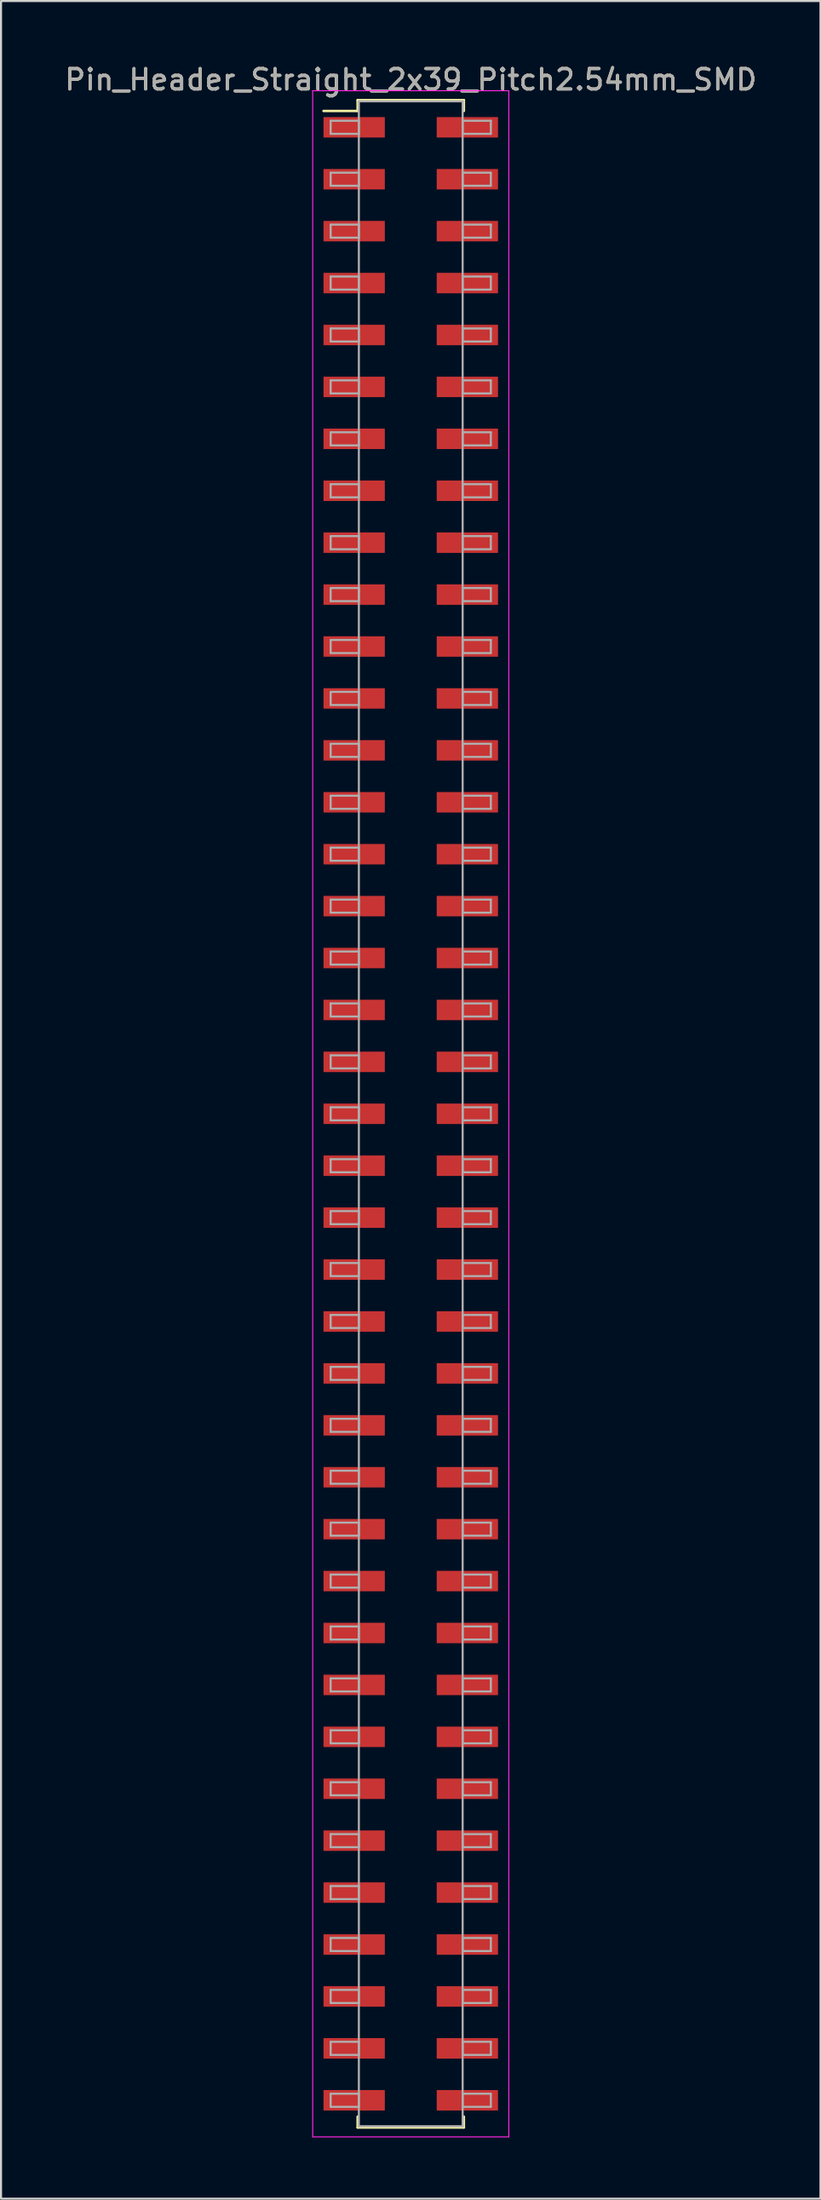
<source format=kicad_pcb>
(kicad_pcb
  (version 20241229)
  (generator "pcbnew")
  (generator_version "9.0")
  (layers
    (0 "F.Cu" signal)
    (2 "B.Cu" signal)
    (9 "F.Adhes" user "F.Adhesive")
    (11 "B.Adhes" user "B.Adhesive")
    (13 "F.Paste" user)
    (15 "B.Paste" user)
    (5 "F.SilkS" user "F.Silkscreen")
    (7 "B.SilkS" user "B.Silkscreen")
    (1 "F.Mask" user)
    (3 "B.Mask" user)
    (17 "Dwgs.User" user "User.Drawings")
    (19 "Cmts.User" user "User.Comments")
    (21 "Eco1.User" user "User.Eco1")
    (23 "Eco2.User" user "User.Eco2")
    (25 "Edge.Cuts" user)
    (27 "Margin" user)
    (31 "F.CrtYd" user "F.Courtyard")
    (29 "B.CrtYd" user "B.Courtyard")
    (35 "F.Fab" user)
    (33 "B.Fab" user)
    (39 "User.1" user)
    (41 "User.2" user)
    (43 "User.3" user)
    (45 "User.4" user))
  (footprint "Pin_Header_Straight_2x39_Pitch2.54mm_SMD"
    (layer "F.Cu")
    (at 17.054 51.438)
    (property "Reference" "Pin_Header_Straight_2x39_Pitch2.54mm_SMD" (at 0 -50.59 0) (layer "F.SilkS") (effects (font (size 1 1) (thickness 0.15))))
    (attr smd)
    (fp_line (start -4.27 -49.06) (end -2.6 -49.06) (stroke (width 0.12) (type solid)) (layer "F.SilkS"))
    (fp_line (start -2.6 -49.59) (end 2.6 -49.59) (stroke (width 0.12) (type solid)) (layer "F.SilkS"))
    (fp_line (start -2.6 -49.06) (end -2.6 -49.59) (stroke (width 0.12) (type solid)) (layer "F.SilkS"))
    (fp_line (start -2.6 49.06) (end -2.6 49.59) (stroke (width 0.12) (type solid)) (layer "F.SilkS"))
    (fp_line (start -2.6 49.59) (end 2.6 49.59) (stroke (width 0.12) (type solid)) (layer "F.SilkS"))
    (fp_line (start 2.6 -49.59) (end 2.6 -49.06) (stroke (width 0.12) (type solid)) (layer "F.SilkS"))
    (fp_line (start 2.6 49.59) (end 2.6 49.06) (stroke (width 0.12) (type solid)) (layer "F.SilkS"))
    (fp_line (start -4.8 -50.05) (end -4.8 50.05) (stroke (width 0.05) (type solid)) (layer "F.CrtYd"))
    (fp_line (start -4.8 50.05) (end 4.8 50.05) (stroke (width 0.05) (type solid)) (layer "F.CrtYd"))
    (fp_line (start 4.8 -50.05) (end -4.8 -50.05) (stroke (width 0.05) (type solid)) (layer "F.CrtYd"))
    (fp_line (start 4.8 50.05) (end 4.8 -50.05) (stroke (width 0.05) (type solid)) (layer "F.CrtYd"))
    (fp_line (start -3.92 -48.58) (end -2.54 -48.58) (stroke (width 0.1) (type solid)) (layer "F.Fab"))
    (fp_line (start -3.92 -47.94) (end -3.92 -48.58) (stroke (width 0.1) (type solid)) (layer "F.Fab"))
    (fp_line (start -3.92 -46.04) (end -2.54 -46.04) (stroke (width 0.1) (type solid)) (layer "F.Fab"))
    (fp_line (start -3.92 -45.4) (end -3.92 -46.04) (stroke (width 0.1) (type solid)) (layer "F.Fab"))
    (fp_line (start -3.92 -43.5) (end -2.54 -43.5) (stroke (width 0.1) (type solid)) (layer "F.Fab"))
    (fp_line (start -3.92 -42.86) (end -3.92 -43.5) (stroke (width 0.1) (type solid)) (layer "F.Fab"))
    (fp_line (start -3.92 -40.96) (end -2.54 -40.96) (stroke (width 0.1) (type solid)) (layer "F.Fab"))
    (fp_line (start -3.92 -40.32) (end -3.92 -40.96) (stroke (width 0.1) (type solid)) (layer "F.Fab"))
    (fp_line (start -3.92 -38.42) (end -2.54 -38.42) (stroke (width 0.1) (type solid)) (layer "F.Fab"))
    (fp_line (start -3.92 -37.78) (end -3.92 -38.42) (stroke (width 0.1) (type solid)) (layer "F.Fab"))
    (fp_line (start -3.92 -35.88) (end -2.54 -35.88) (stroke (width 0.1) (type solid)) (layer "F.Fab"))
    (fp_line (start -3.92 -35.24) (end -3.92 -35.88) (stroke (width 0.1) (type solid)) (layer "F.Fab"))
    (fp_line (start -3.92 -33.34) (end -2.54 -33.34) (stroke (width 0.1) (type solid)) (layer "F.Fab"))
    (fp_line (start -3.92 -32.7) (end -3.92 -33.34) (stroke (width 0.1) (type solid)) (layer "F.Fab"))
    (fp_line (start -3.92 -30.8) (end -2.54 -30.8) (stroke (width 0.1) (type solid)) (layer "F.Fab"))
    (fp_line (start -3.92 -30.16) (end -3.92 -30.8) (stroke (width 0.1) (type solid)) (layer "F.Fab"))
    (fp_line (start -3.92 -28.26) (end -2.54 -28.26) (stroke (width 0.1) (type solid)) (layer "F.Fab"))
    (fp_line (start -3.92 -27.62) (end -3.92 -28.26) (stroke (width 0.1) (type solid)) (layer "F.Fab"))
    (fp_line (start -3.92 -25.72) (end -2.54 -25.72) (stroke (width 0.1) (type solid)) (layer "F.Fab"))
    (fp_line (start -3.92 -25.08) (end -3.92 -25.72) (stroke (width 0.1) (type solid)) (layer "F.Fab"))
    (fp_line (start -3.92 -23.18) (end -2.54 -23.18) (stroke (width 0.1) (type solid)) (layer "F.Fab"))
    (fp_line (start -3.92 -22.54) (end -3.92 -23.18) (stroke (width 0.1) (type solid)) (layer "F.Fab"))
    (fp_line (start -3.92 -20.64) (end -2.54 -20.64) (stroke (width 0.1) (type solid)) (layer "F.Fab"))
    (fp_line (start -3.92 -20) (end -3.92 -20.64) (stroke (width 0.1) (type solid)) (layer "F.Fab"))
    (fp_line (start -3.92 -18.1) (end -2.54 -18.1) (stroke (width 0.1) (type solid)) (layer "F.Fab"))
    (fp_line (start -3.92 -17.46) (end -3.92 -18.1) (stroke (width 0.1) (type solid)) (layer "F.Fab"))
    (fp_line (start -3.92 -15.56) (end -2.54 -15.56) (stroke (width 0.1) (type solid)) (layer "F.Fab"))
    (fp_line (start -3.92 -14.92) (end -3.92 -15.56) (stroke (width 0.1) (type solid)) (layer "F.Fab"))
    (fp_line (start -3.92 -13.02) (end -2.54 -13.02) (stroke (width 0.1) (type solid)) (layer "F.Fab"))
    (fp_line (start -3.92 -12.38) (end -3.92 -13.02) (stroke (width 0.1) (type solid)) (layer "F.Fab"))
    (fp_line (start -3.92 -10.48) (end -2.54 -10.48) (stroke (width 0.1) (type solid)) (layer "F.Fab"))
    (fp_line (start -3.92 -9.84) (end -3.92 -10.48) (stroke (width 0.1) (type solid)) (layer "F.Fab"))
    (fp_line (start -3.92 -7.94) (end -2.54 -7.94) (stroke (width 0.1) (type solid)) (layer "F.Fab"))
    (fp_line (start -3.92 -7.3) (end -3.92 -7.94) (stroke (width 0.1) (type solid)) (layer "F.Fab"))
    (fp_line (start -3.92 -5.4) (end -2.54 -5.4) (stroke (width 0.1) (type solid)) (layer "F.Fab"))
    (fp_line (start -3.92 -4.76) (end -3.92 -5.4) (stroke (width 0.1) (type solid)) (layer "F.Fab"))
    (fp_line (start -3.92 -2.86) (end -2.54 -2.86) (stroke (width 0.1) (type solid)) (layer "F.Fab"))
    (fp_line (start -3.92 -2.22) (end -3.92 -2.86) (stroke (width 0.1) (type solid)) (layer "F.Fab"))
    (fp_line (start -3.92 -0.32) (end -2.54 -0.32) (stroke (width 0.1) (type solid)) (layer "F.Fab"))
    (fp_line (start -3.92 0.32) (end -3.92 -0.32) (stroke (width 0.1) (type solid)) (layer "F.Fab"))
    (fp_line (start -3.92 2.22) (end -2.54 2.22) (stroke (width 0.1) (type solid)) (layer "F.Fab"))
    (fp_line (start -3.92 2.86) (end -3.92 2.22) (stroke (width 0.1) (type solid)) (layer "F.Fab"))
    (fp_line (start -3.92 4.76) (end -2.54 4.76) (stroke (width 0.1) (type solid)) (layer "F.Fab"))
    (fp_line (start -3.92 5.4) (end -3.92 4.76) (stroke (width 0.1) (type solid)) (layer "F.Fab"))
    (fp_line (start -3.92 7.3) (end -2.54 7.3) (stroke (width 0.1) (type solid)) (layer "F.Fab"))
    (fp_line (start -3.92 7.94) (end -3.92 7.3) (stroke (width 0.1) (type solid)) (layer "F.Fab"))
    (fp_line (start -3.92 9.84) (end -2.54 9.84) (stroke (width 0.1) (type solid)) (layer "F.Fab"))
    (fp_line (start -3.92 10.48) (end -3.92 9.84) (stroke (width 0.1) (type solid)) (layer "F.Fab"))
    (fp_line (start -3.92 12.38) (end -2.54 12.38) (stroke (width 0.1) (type solid)) (layer "F.Fab"))
    (fp_line (start -3.92 13.02) (end -3.92 12.38) (stroke (width 0.1) (type solid)) (layer "F.Fab"))
    (fp_line (start -3.92 14.92) (end -2.54 14.92) (stroke (width 0.1) (type solid)) (layer "F.Fab"))
    (fp_line (start -3.92 15.56) (end -3.92 14.92) (stroke (width 0.1) (type solid)) (layer "F.Fab"))
    (fp_line (start -3.92 17.46) (end -2.54 17.46) (stroke (width 0.1) (type solid)) (layer "F.Fab"))
    (fp_line (start -3.92 18.1) (end -3.92 17.46) (stroke (width 0.1) (type solid)) (layer "F.Fab"))
    (fp_line (start -3.92 20) (end -2.54 20) (stroke (width 0.1) (type solid)) (layer "F.Fab"))
    (fp_line (start -3.92 20.64) (end -3.92 20) (stroke (width 0.1) (type solid)) (layer "F.Fab"))
    (fp_line (start -3.92 22.54) (end -2.54 22.54) (stroke (width 0.1) (type solid)) (layer "F.Fab"))
    (fp_line (start -3.92 23.18) (end -3.92 22.54) (stroke (width 0.1) (type solid)) (layer "F.Fab"))
    (fp_line (start -3.92 25.08) (end -2.54 25.08) (stroke (width 0.1) (type solid)) (layer "F.Fab"))
    (fp_line (start -3.92 25.72) (end -3.92 25.08) (stroke (width 0.1) (type solid)) (layer "F.Fab"))
    (fp_line (start -3.92 27.62) (end -2.54 27.62) (stroke (width 0.1) (type solid)) (layer "F.Fab"))
    (fp_line (start -3.92 28.26) (end -3.92 27.62) (stroke (width 0.1) (type solid)) (layer "F.Fab"))
    (fp_line (start -3.92 30.16) (end -2.54 30.16) (stroke (width 0.1) (type solid)) (layer "F.Fab"))
    (fp_line (start -3.92 30.8) (end -3.92 30.16) (stroke (width 0.1) (type solid)) (layer "F.Fab"))
    (fp_line (start -3.92 32.7) (end -2.54 32.7) (stroke (width 0.1) (type solid)) (layer "F.Fab"))
    (fp_line (start -3.92 33.34) (end -3.92 32.7) (stroke (width 0.1) (type solid)) (layer "F.Fab"))
    (fp_line (start -3.92 35.24) (end -2.54 35.24) (stroke (width 0.1) (type solid)) (layer "F.Fab"))
    (fp_line (start -3.92 35.88) (end -3.92 35.24) (stroke (width 0.1) (type solid)) (layer "F.Fab"))
    (fp_line (start -3.92 37.78) (end -2.54 37.78) (stroke (width 0.1) (type solid)) (layer "F.Fab"))
    (fp_line (start -3.92 38.42) (end -3.92 37.78) (stroke (width 0.1) (type solid)) (layer "F.Fab"))
    (fp_line (start -3.92 40.32) (end -2.54 40.32) (stroke (width 0.1) (type solid)) (layer "F.Fab"))
    (fp_line (start -3.92 40.96) (end -3.92 40.32) (stroke (width 0.1) (type solid)) (layer "F.Fab"))
    (fp_line (start -3.92 42.86) (end -2.54 42.86) (stroke (width 0.1) (type solid)) (layer "F.Fab"))
    (fp_line (start -3.92 43.5) (end -3.92 42.86) (stroke (width 0.1) (type solid)) (layer "F.Fab"))
    (fp_line (start -3.92 45.4) (end -2.54 45.4) (stroke (width 0.1) (type solid)) (layer "F.Fab"))
    (fp_line (start -3.92 46.04) (end -3.92 45.4) (stroke (width 0.1) (type solid)) (layer "F.Fab"))
    (fp_line (start -3.92 47.94) (end -2.54 47.94) (stroke (width 0.1) (type solid)) (layer "F.Fab"))
    (fp_line (start -3.92 48.58) (end -3.92 47.94) (stroke (width 0.1) (type solid)) (layer "F.Fab"))
    (fp_line (start -2.54 -49.53) (end -2.54 49.53) (stroke (width 0.1) (type solid)) (layer "F.Fab"))
    (fp_line (start -2.54 -48.58) (end -2.54 -47.94) (stroke (width 0.1) (type solid)) (layer "F.Fab"))
    (fp_line (start -2.54 -47.94) (end -3.92 -47.94) (stroke (width 0.1) (type solid)) (layer "F.Fab"))
    (fp_line (start -2.54 -46.04) (end -2.54 -45.4) (stroke (width 0.1) (type solid)) (layer "F.Fab"))
    (fp_line (start -2.54 -45.4) (end -3.92 -45.4) (stroke (width 0.1) (type solid)) (layer "F.Fab"))
    (fp_line (start -2.54 -43.5) (end -2.54 -42.86) (stroke (width 0.1) (type solid)) (layer "F.Fab"))
    (fp_line (start -2.54 -42.86) (end -3.92 -42.86) (stroke (width 0.1) (type solid)) (layer "F.Fab"))
    (fp_line (start -2.54 -40.96) (end -2.54 -40.32) (stroke (width 0.1) (type solid)) (layer "F.Fab"))
    (fp_line (start -2.54 -40.32) (end -3.92 -40.32) (stroke (width 0.1) (type solid)) (layer "F.Fab"))
    (fp_line (start -2.54 -38.42) (end -2.54 -37.78) (stroke (width 0.1) (type solid)) (layer "F.Fab"))
    (fp_line (start -2.54 -37.78) (end -3.92 -37.78) (stroke (width 0.1) (type solid)) (layer "F.Fab"))
    (fp_line (start -2.54 -35.88) (end -2.54 -35.24) (stroke (width 0.1) (type solid)) (layer "F.Fab"))
    (fp_line (start -2.54 -35.24) (end -3.92 -35.24) (stroke (width 0.1) (type solid)) (layer "F.Fab"))
    (fp_line (start -2.54 -33.34) (end -2.54 -32.7) (stroke (width 0.1) (type solid)) (layer "F.Fab"))
    (fp_line (start -2.54 -32.7) (end -3.92 -32.7) (stroke (width 0.1) (type solid)) (layer "F.Fab"))
    (fp_line (start -2.54 -30.8) (end -2.54 -30.16) (stroke (width 0.1) (type solid)) (layer "F.Fab"))
    (fp_line (start -2.54 -30.16) (end -3.92 -30.16) (stroke (width 0.1) (type solid)) (layer "F.Fab"))
    (fp_line (start -2.54 -28.26) (end -2.54 -27.62) (stroke (width 0.1) (type solid)) (layer "F.Fab"))
    (fp_line (start -2.54 -27.62) (end -3.92 -27.62) (stroke (width 0.1) (type solid)) (layer "F.Fab"))
    (fp_line (start -2.54 -25.72) (end -2.54 -25.08) (stroke (width 0.1) (type solid)) (layer "F.Fab"))
    (fp_line (start -2.54 -25.08) (end -3.92 -25.08) (stroke (width 0.1) (type solid)) (layer "F.Fab"))
    (fp_line (start -2.54 -23.18) (end -2.54 -22.54) (stroke (width 0.1) (type solid)) (layer "F.Fab"))
    (fp_line (start -2.54 -22.54) (end -3.92 -22.54) (stroke (width 0.1) (type solid)) (layer "F.Fab"))
    (fp_line (start -2.54 -20.64) (end -2.54 -20) (stroke (width 0.1) (type solid)) (layer "F.Fab"))
    (fp_line (start -2.54 -20) (end -3.92 -20) (stroke (width 0.1) (type solid)) (layer "F.Fab"))
    (fp_line (start -2.54 -18.1) (end -2.54 -17.46) (stroke (width 0.1) (type solid)) (layer "F.Fab"))
    (fp_line (start -2.54 -17.46) (end -3.92 -17.46) (stroke (width 0.1) (type solid)) (layer "F.Fab"))
    (fp_line (start -2.54 -15.56) (end -2.54 -14.92) (stroke (width 0.1) (type solid)) (layer "F.Fab"))
    (fp_line (start -2.54 -14.92) (end -3.92 -14.92) (stroke (width 0.1) (type solid)) (layer "F.Fab"))
    (fp_line (start -2.54 -13.02) (end -2.54 -12.38) (stroke (width 0.1) (type solid)) (layer "F.Fab"))
    (fp_line (start -2.54 -12.38) (end -3.92 -12.38) (stroke (width 0.1) (type solid)) (layer "F.Fab"))
    (fp_line (start -2.54 -10.48) (end -2.54 -9.84) (stroke (width 0.1) (type solid)) (layer "F.Fab"))
    (fp_line (start -2.54 -9.84) (end -3.92 -9.84) (stroke (width 0.1) (type solid)) (layer "F.Fab"))
    (fp_line (start -2.54 -7.94) (end -2.54 -7.3) (stroke (width 0.1) (type solid)) (layer "F.Fab"))
    (fp_line (start -2.54 -7.3) (end -3.92 -7.3) (stroke (width 0.1) (type solid)) (layer "F.Fab"))
    (fp_line (start -2.54 -5.4) (end -2.54 -4.76) (stroke (width 0.1) (type solid)) (layer "F.Fab"))
    (fp_line (start -2.54 -4.76) (end -3.92 -4.76) (stroke (width 0.1) (type solid)) (layer "F.Fab"))
    (fp_line (start -2.54 -2.86) (end -2.54 -2.22) (stroke (width 0.1) (type solid)) (layer "F.Fab"))
    (fp_line (start -2.54 -2.22) (end -3.92 -2.22) (stroke (width 0.1) (type solid)) (layer "F.Fab"))
    (fp_line (start -2.54 -0.32) (end -2.54 0.32) (stroke (width 0.1) (type solid)) (layer "F.Fab"))
    (fp_line (start -2.54 0.32) (end -3.92 0.32) (stroke (width 0.1) (type solid)) (layer "F.Fab"))
    (fp_line (start -2.54 2.22) (end -2.54 2.86) (stroke (width 0.1) (type solid)) (layer "F.Fab"))
    (fp_line (start -2.54 2.86) (end -3.92 2.86) (stroke (width 0.1) (type solid)) (layer "F.Fab"))
    (fp_line (start -2.54 4.76) (end -2.54 5.4) (stroke (width 0.1) (type solid)) (layer "F.Fab"))
    (fp_line (start -2.54 5.4) (end -3.92 5.4) (stroke (width 0.1) (type solid)) (layer "F.Fab"))
    (fp_line (start -2.54 7.3) (end -2.54 7.94) (stroke (width 0.1) (type solid)) (layer "F.Fab"))
    (fp_line (start -2.54 7.94) (end -3.92 7.94) (stroke (width 0.1) (type solid)) (layer "F.Fab"))
    (fp_line (start -2.54 9.84) (end -2.54 10.48) (stroke (width 0.1) (type solid)) (layer "F.Fab"))
    (fp_line (start -2.54 10.48) (end -3.92 10.48) (stroke (width 0.1) (type solid)) (layer "F.Fab"))
    (fp_line (start -2.54 12.38) (end -2.54 13.02) (stroke (width 0.1) (type solid)) (layer "F.Fab"))
    (fp_line (start -2.54 13.02) (end -3.92 13.02) (stroke (width 0.1) (type solid)) (layer "F.Fab"))
    (fp_line (start -2.54 14.92) (end -2.54 15.56) (stroke (width 0.1) (type solid)) (layer "F.Fab"))
    (fp_line (start -2.54 15.56) (end -3.92 15.56) (stroke (width 0.1) (type solid)) (layer "F.Fab"))
    (fp_line (start -2.54 17.46) (end -2.54 18.1) (stroke (width 0.1) (type solid)) (layer "F.Fab"))
    (fp_line (start -2.54 18.1) (end -3.92 18.1) (stroke (width 0.1) (type solid)) (layer "F.Fab"))
    (fp_line (start -2.54 20) (end -2.54 20.64) (stroke (width 0.1) (type solid)) (layer "F.Fab"))
    (fp_line (start -2.54 20.64) (end -3.92 20.64) (stroke (width 0.1) (type solid)) (layer "F.Fab"))
    (fp_line (start -2.54 22.54) (end -2.54 23.18) (stroke (width 0.1) (type solid)) (layer "F.Fab"))
    (fp_line (start -2.54 23.18) (end -3.92 23.18) (stroke (width 0.1) (type solid)) (layer "F.Fab"))
    (fp_line (start -2.54 25.08) (end -2.54 25.72) (stroke (width 0.1) (type solid)) (layer "F.Fab"))
    (fp_line (start -2.54 25.72) (end -3.92 25.72) (stroke (width 0.1) (type solid)) (layer "F.Fab"))
    (fp_line (start -2.54 27.62) (end -2.54 28.26) (stroke (width 0.1) (type solid)) (layer "F.Fab"))
    (fp_line (start -2.54 28.26) (end -3.92 28.26) (stroke (width 0.1) (type solid)) (layer "F.Fab"))
    (fp_line (start -2.54 30.16) (end -2.54 30.8) (stroke (width 0.1) (type solid)) (layer "F.Fab"))
    (fp_line (start -2.54 30.8) (end -3.92 30.8) (stroke (width 0.1) (type solid)) (layer "F.Fab"))
    (fp_line (start -2.54 32.7) (end -2.54 33.34) (stroke (width 0.1) (type solid)) (layer "F.Fab"))
    (fp_line (start -2.54 33.34) (end -3.92 33.34) (stroke (width 0.1) (type solid)) (layer "F.Fab"))
    (fp_line (start -2.54 35.24) (end -2.54 35.88) (stroke (width 0.1) (type solid)) (layer "F.Fab"))
    (fp_line (start -2.54 35.88) (end -3.92 35.88) (stroke (width 0.1) (type solid)) (layer "F.Fab"))
    (fp_line (start -2.54 37.78) (end -2.54 38.42) (stroke (width 0.1) (type solid)) (layer "F.Fab"))
    (fp_line (start -2.54 38.42) (end -3.92 38.42) (stroke (width 0.1) (type solid)) (layer "F.Fab"))
    (fp_line (start -2.54 40.32) (end -2.54 40.96) (stroke (width 0.1) (type solid)) (layer "F.Fab"))
    (fp_line (start -2.54 40.96) (end -3.92 40.96) (stroke (width 0.1) (type solid)) (layer "F.Fab"))
    (fp_line (start -2.54 42.86) (end -2.54 43.5) (stroke (width 0.1) (type solid)) (layer "F.Fab"))
    (fp_line (start -2.54 43.5) (end -3.92 43.5) (stroke (width 0.1) (type solid)) (layer "F.Fab"))
    (fp_line (start -2.54 45.4) (end -2.54 46.04) (stroke (width 0.1) (type solid)) (layer "F.Fab"))
    (fp_line (start -2.54 46.04) (end -3.92 46.04) (stroke (width 0.1) (type solid)) (layer "F.Fab"))
    (fp_line (start -2.54 47.94) (end -2.54 48.58) (stroke (width 0.1) (type solid)) (layer "F.Fab"))
    (fp_line (start -2.54 48.58) (end -3.92 48.58) (stroke (width 0.1) (type solid)) (layer "F.Fab"))
    (fp_line (start -2.54 49.53) (end 2.54 49.53) (stroke (width 0.1) (type solid)) (layer "F.Fab"))
    (fp_line (start 2.54 -49.53) (end -2.54 -49.53) (stroke (width 0.1) (type solid)) (layer "F.Fab"))
    (fp_line (start 2.54 -48.58) (end 2.54 -47.94) (stroke (width 0.1) (type solid)) (layer "F.Fab"))
    (fp_line (start 2.54 -47.94) (end 3.92 -47.94) (stroke (width 0.1) (type solid)) (layer "F.Fab"))
    (fp_line (start 2.54 -46.04) (end 2.54 -45.4) (stroke (width 0.1) (type solid)) (layer "F.Fab"))
    (fp_line (start 2.54 -45.4) (end 3.92 -45.4) (stroke (width 0.1) (type solid)) (layer "F.Fab"))
    (fp_line (start 2.54 -43.5) (end 2.54 -42.86) (stroke (width 0.1) (type solid)) (layer "F.Fab"))
    (fp_line (start 2.54 -42.86) (end 3.92 -42.86) (stroke (width 0.1) (type solid)) (layer "F.Fab"))
    (fp_line (start 2.54 -40.96) (end 2.54 -40.32) (stroke (width 0.1) (type solid)) (layer "F.Fab"))
    (fp_line (start 2.54 -40.32) (end 3.92 -40.32) (stroke (width 0.1) (type solid)) (layer "F.Fab"))
    (fp_line (start 2.54 -38.42) (end 2.54 -37.78) (stroke (width 0.1) (type solid)) (layer "F.Fab"))
    (fp_line (start 2.54 -37.78) (end 3.92 -37.78) (stroke (width 0.1) (type solid)) (layer "F.Fab"))
    (fp_line (start 2.54 -35.88) (end 2.54 -35.24) (stroke (width 0.1) (type solid)) (layer "F.Fab"))
    (fp_line (start 2.54 -35.24) (end 3.92 -35.24) (stroke (width 0.1) (type solid)) (layer "F.Fab"))
    (fp_line (start 2.54 -33.34) (end 2.54 -32.7) (stroke (width 0.1) (type solid)) (layer "F.Fab"))
    (fp_line (start 2.54 -32.7) (end 3.92 -32.7) (stroke (width 0.1) (type solid)) (layer "F.Fab"))
    (fp_line (start 2.54 -30.8) (end 2.54 -30.16) (stroke (width 0.1) (type solid)) (layer "F.Fab"))
    (fp_line (start 2.54 -30.16) (end 3.92 -30.16) (stroke (width 0.1) (type solid)) (layer "F.Fab"))
    (fp_line (start 2.54 -28.26) (end 2.54 -27.62) (stroke (width 0.1) (type solid)) (layer "F.Fab"))
    (fp_line (start 2.54 -27.62) (end 3.92 -27.62) (stroke (width 0.1) (type solid)) (layer "F.Fab"))
    (fp_line (start 2.54 -25.72) (end 2.54 -25.08) (stroke (width 0.1) (type solid)) (layer "F.Fab"))
    (fp_line (start 2.54 -25.08) (end 3.92 -25.08) (stroke (width 0.1) (type solid)) (layer "F.Fab"))
    (fp_line (start 2.54 -23.18) (end 2.54 -22.54) (stroke (width 0.1) (type solid)) (layer "F.Fab"))
    (fp_line (start 2.54 -22.54) (end 3.92 -22.54) (stroke (width 0.1) (type solid)) (layer "F.Fab"))
    (fp_line (start 2.54 -20.64) (end 2.54 -20) (stroke (width 0.1) (type solid)) (layer "F.Fab"))
    (fp_line (start 2.54 -20) (end 3.92 -20) (stroke (width 0.1) (type solid)) (layer "F.Fab"))
    (fp_line (start 2.54 -18.1) (end 2.54 -17.46) (stroke (width 0.1) (type solid)) (layer "F.Fab"))
    (fp_line (start 2.54 -17.46) (end 3.92 -17.46) (stroke (width 0.1) (type solid)) (layer "F.Fab"))
    (fp_line (start 2.54 -15.56) (end 2.54 -14.92) (stroke (width 0.1) (type solid)) (layer "F.Fab"))
    (fp_line (start 2.54 -14.92) (end 3.92 -14.92) (stroke (width 0.1) (type solid)) (layer "F.Fab"))
    (fp_line (start 2.54 -13.02) (end 2.54 -12.38) (stroke (width 0.1) (type solid)) (layer "F.Fab"))
    (fp_line (start 2.54 -12.38) (end 3.92 -12.38) (stroke (width 0.1) (type solid)) (layer "F.Fab"))
    (fp_line (start 2.54 -10.48) (end 2.54 -9.84) (stroke (width 0.1) (type solid)) (layer "F.Fab"))
    (fp_line (start 2.54 -9.84) (end 3.92 -9.84) (stroke (width 0.1) (type solid)) (layer "F.Fab"))
    (fp_line (start 2.54 -7.94) (end 2.54 -7.3) (stroke (width 0.1) (type solid)) (layer "F.Fab"))
    (fp_line (start 2.54 -7.3) (end 3.92 -7.3) (stroke (width 0.1) (type solid)) (layer "F.Fab"))
    (fp_line (start 2.54 -5.4) (end 2.54 -4.76) (stroke (width 0.1) (type solid)) (layer "F.Fab"))
    (fp_line (start 2.54 -4.76) (end 3.92 -4.76) (stroke (width 0.1) (type solid)) (layer "F.Fab"))
    (fp_line (start 2.54 -2.86) (end 2.54 -2.22) (stroke (width 0.1) (type solid)) (layer "F.Fab"))
    (fp_line (start 2.54 -2.22) (end 3.92 -2.22) (stroke (width 0.1) (type solid)) (layer "F.Fab"))
    (fp_line (start 2.54 -0.32) (end 2.54 0.32) (stroke (width 0.1) (type solid)) (layer "F.Fab"))
    (fp_line (start 2.54 0.32) (end 3.92 0.32) (stroke (width 0.1) (type solid)) (layer "F.Fab"))
    (fp_line (start 2.54 2.22) (end 2.54 2.86) (stroke (width 0.1) (type solid)) (layer "F.Fab"))
    (fp_line (start 2.54 2.86) (end 3.92 2.86) (stroke (width 0.1) (type solid)) (layer "F.Fab"))
    (fp_line (start 2.54 4.76) (end 2.54 5.4) (stroke (width 0.1) (type solid)) (layer "F.Fab"))
    (fp_line (start 2.54 5.4) (end 3.92 5.4) (stroke (width 0.1) (type solid)) (layer "F.Fab"))
    (fp_line (start 2.54 7.3) (end 2.54 7.94) (stroke (width 0.1) (type solid)) (layer "F.Fab"))
    (fp_line (start 2.54 7.94) (end 3.92 7.94) (stroke (width 0.1) (type solid)) (layer "F.Fab"))
    (fp_line (start 2.54 9.84) (end 2.54 10.48) (stroke (width 0.1) (type solid)) (layer "F.Fab"))
    (fp_line (start 2.54 10.48) (end 3.92 10.48) (stroke (width 0.1) (type solid)) (layer "F.Fab"))
    (fp_line (start 2.54 12.38) (end 2.54 13.02) (stroke (width 0.1) (type solid)) (layer "F.Fab"))
    (fp_line (start 2.54 13.02) (end 3.92 13.02) (stroke (width 0.1) (type solid)) (layer "F.Fab"))
    (fp_line (start 2.54 14.92) (end 2.54 15.56) (stroke (width 0.1) (type solid)) (layer "F.Fab"))
    (fp_line (start 2.54 15.56) (end 3.92 15.56) (stroke (width 0.1) (type solid)) (layer "F.Fab"))
    (fp_line (start 2.54 17.46) (end 2.54 18.1) (stroke (width 0.1) (type solid)) (layer "F.Fab"))
    (fp_line (start 2.54 18.1) (end 3.92 18.1) (stroke (width 0.1) (type solid)) (layer "F.Fab"))
    (fp_line (start 2.54 20) (end 2.54 20.64) (stroke (width 0.1) (type solid)) (layer "F.Fab"))
    (fp_line (start 2.54 20.64) (end 3.92 20.64) (stroke (width 0.1) (type solid)) (layer "F.Fab"))
    (fp_line (start 2.54 22.54) (end 2.54 23.18) (stroke (width 0.1) (type solid)) (layer "F.Fab"))
    (fp_line (start 2.54 23.18) (end 3.92 23.18) (stroke (width 0.1) (type solid)) (layer "F.Fab"))
    (fp_line (start 2.54 25.08) (end 2.54 25.72) (stroke (width 0.1) (type solid)) (layer "F.Fab"))
    (fp_line (start 2.54 25.72) (end 3.92 25.72) (stroke (width 0.1) (type solid)) (layer "F.Fab"))
    (fp_line (start 2.54 27.62) (end 2.54 28.26) (stroke (width 0.1) (type solid)) (layer "F.Fab"))
    (fp_line (start 2.54 28.26) (end 3.92 28.26) (stroke (width 0.1) (type solid)) (layer "F.Fab"))
    (fp_line (start 2.54 30.16) (end 2.54 30.8) (stroke (width 0.1) (type solid)) (layer "F.Fab"))
    (fp_line (start 2.54 30.8) (end 3.92 30.8) (stroke (width 0.1) (type solid)) (layer "F.Fab"))
    (fp_line (start 2.54 32.7) (end 2.54 33.34) (stroke (width 0.1) (type solid)) (layer "F.Fab"))
    (fp_line (start 2.54 33.34) (end 3.92 33.34) (stroke (width 0.1) (type solid)) (layer "F.Fab"))
    (fp_line (start 2.54 35.24) (end 2.54 35.88) (stroke (width 0.1) (type solid)) (layer "F.Fab"))
    (fp_line (start 2.54 35.88) (end 3.92 35.88) (stroke (width 0.1) (type solid)) (layer "F.Fab"))
    (fp_line (start 2.54 37.78) (end 2.54 38.42) (stroke (width 0.1) (type solid)) (layer "F.Fab"))
    (fp_line (start 2.54 38.42) (end 3.92 38.42) (stroke (width 0.1) (type solid)) (layer "F.Fab"))
    (fp_line (start 2.54 40.32) (end 2.54 40.96) (stroke (width 0.1) (type solid)) (layer "F.Fab"))
    (fp_line (start 2.54 40.96) (end 3.92 40.96) (stroke (width 0.1) (type solid)) (layer "F.Fab"))
    (fp_line (start 2.54 42.86) (end 2.54 43.5) (stroke (width 0.1) (type solid)) (layer "F.Fab"))
    (fp_line (start 2.54 43.5) (end 3.92 43.5) (stroke (width 0.1) (type solid)) (layer "F.Fab"))
    (fp_line (start 2.54 45.4) (end 2.54 46.04) (stroke (width 0.1) (type solid)) (layer "F.Fab"))
    (fp_line (start 2.54 46.04) (end 3.92 46.04) (stroke (width 0.1) (type solid)) (layer "F.Fab"))
    (fp_line (start 2.54 47.94) (end 2.54 48.58) (stroke (width 0.1) (type solid)) (layer "F.Fab"))
    (fp_line (start 2.54 48.58) (end 3.92 48.58) (stroke (width 0.1) (type solid)) (layer "F.Fab"))
    (fp_line (start 2.54 49.53) (end 2.54 -49.53) (stroke (width 0.1) (type solid)) (layer "F.Fab"))
    (fp_line (start 3.92 -48.58) (end 2.54 -48.58) (stroke (width 0.1) (type solid)) (layer "F.Fab"))
    (fp_line (start 3.92 -47.94) (end 3.92 -48.58) (stroke (width 0.1) (type solid)) (layer "F.Fab"))
    (fp_line (start 3.92 -46.04) (end 2.54 -46.04) (stroke (width 0.1) (type solid)) (layer "F.Fab"))
    (fp_line (start 3.92 -45.4) (end 3.92 -46.04) (stroke (width 0.1) (type solid)) (layer "F.Fab"))
    (fp_line (start 3.92 -43.5) (end 2.54 -43.5) (stroke (width 0.1) (type solid)) (layer "F.Fab"))
    (fp_line (start 3.92 -42.86) (end 3.92 -43.5) (stroke (width 0.1) (type solid)) (layer "F.Fab"))
    (fp_line (start 3.92 -40.96) (end 2.54 -40.96) (stroke (width 0.1) (type solid)) (layer "F.Fab"))
    (fp_line (start 3.92 -40.32) (end 3.92 -40.96) (stroke (width 0.1) (type solid)) (layer "F.Fab"))
    (fp_line (start 3.92 -38.42) (end 2.54 -38.42) (stroke (width 0.1) (type solid)) (layer "F.Fab"))
    (fp_line (start 3.92 -37.78) (end 3.92 -38.42) (stroke (width 0.1) (type solid)) (layer "F.Fab"))
    (fp_line (start 3.92 -35.88) (end 2.54 -35.88) (stroke (width 0.1) (type solid)) (layer "F.Fab"))
    (fp_line (start 3.92 -35.24) (end 3.92 -35.88) (stroke (width 0.1) (type solid)) (layer "F.Fab"))
    (fp_line (start 3.92 -33.34) (end 2.54 -33.34) (stroke (width 0.1) (type solid)) (layer "F.Fab"))
    (fp_line (start 3.92 -32.7) (end 3.92 -33.34) (stroke (width 0.1) (type solid)) (layer "F.Fab"))
    (fp_line (start 3.92 -30.8) (end 2.54 -30.8) (stroke (width 0.1) (type solid)) (layer "F.Fab"))
    (fp_line (start 3.92 -30.16) (end 3.92 -30.8) (stroke (width 0.1) (type solid)) (layer "F.Fab"))
    (fp_line (start 3.92 -28.26) (end 2.54 -28.26) (stroke (width 0.1) (type solid)) (layer "F.Fab"))
    (fp_line (start 3.92 -27.62) (end 3.92 -28.26) (stroke (width 0.1) (type solid)) (layer "F.Fab"))
    (fp_line (start 3.92 -25.72) (end 2.54 -25.72) (stroke (width 0.1) (type solid)) (layer "F.Fab"))
    (fp_line (start 3.92 -25.08) (end 3.92 -25.72) (stroke (width 0.1) (type solid)) (layer "F.Fab"))
    (fp_line (start 3.92 -23.18) (end 2.54 -23.18) (stroke (width 0.1) (type solid)) (layer "F.Fab"))
    (fp_line (start 3.92 -22.54) (end 3.92 -23.18) (stroke (width 0.1) (type solid)) (layer "F.Fab"))
    (fp_line (start 3.92 -20.64) (end 2.54 -20.64) (stroke (width 0.1) (type solid)) (layer "F.Fab"))
    (fp_line (start 3.92 -20) (end 3.92 -20.64) (stroke (width 0.1) (type solid)) (layer "F.Fab"))
    (fp_line (start 3.92 -18.1) (end 2.54 -18.1) (stroke (width 0.1) (type solid)) (layer "F.Fab"))
    (fp_line (start 3.92 -17.46) (end 3.92 -18.1) (stroke (width 0.1) (type solid)) (layer "F.Fab"))
    (fp_line (start 3.92 -15.56) (end 2.54 -15.56) (stroke (width 0.1) (type solid)) (layer "F.Fab"))
    (fp_line (start 3.92 -14.92) (end 3.92 -15.56) (stroke (width 0.1) (type solid)) (layer "F.Fab"))
    (fp_line (start 3.92 -13.02) (end 2.54 -13.02) (stroke (width 0.1) (type solid)) (layer "F.Fab"))
    (fp_line (start 3.92 -12.38) (end 3.92 -13.02) (stroke (width 0.1) (type solid)) (layer "F.Fab"))
    (fp_line (start 3.92 -10.48) (end 2.54 -10.48) (stroke (width 0.1) (type solid)) (layer "F.Fab"))
    (fp_line (start 3.92 -9.84) (end 3.92 -10.48) (stroke (width 0.1) (type solid)) (layer "F.Fab"))
    (fp_line (start 3.92 -7.94) (end 2.54 -7.94) (stroke (width 0.1) (type solid)) (layer "F.Fab"))
    (fp_line (start 3.92 -7.3) (end 3.92 -7.94) (stroke (width 0.1) (type solid)) (layer "F.Fab"))
    (fp_line (start 3.92 -5.4) (end 2.54 -5.4) (stroke (width 0.1) (type solid)) (layer "F.Fab"))
    (fp_line (start 3.92 -4.76) (end 3.92 -5.4) (stroke (width 0.1) (type solid)) (layer "F.Fab"))
    (fp_line (start 3.92 -2.86) (end 2.54 -2.86) (stroke (width 0.1) (type solid)) (layer "F.Fab"))
    (fp_line (start 3.92 -2.22) (end 3.92 -2.86) (stroke (width 0.1) (type solid)) (layer "F.Fab"))
    (fp_line (start 3.92 -0.32) (end 2.54 -0.32) (stroke (width 0.1) (type solid)) (layer "F.Fab"))
    (fp_line (start 3.92 0.32) (end 3.92 -0.32) (stroke (width 0.1) (type solid)) (layer "F.Fab"))
    (fp_line (start 3.92 2.22) (end 2.54 2.22) (stroke (width 0.1) (type solid)) (layer "F.Fab"))
    (fp_line (start 3.92 2.86) (end 3.92 2.22) (stroke (width 0.1) (type solid)) (layer "F.Fab"))
    (fp_line (start 3.92 4.76) (end 2.54 4.76) (stroke (width 0.1) (type solid)) (layer "F.Fab"))
    (fp_line (start 3.92 5.4) (end 3.92 4.76) (stroke (width 0.1) (type solid)) (layer "F.Fab"))
    (fp_line (start 3.92 7.3) (end 2.54 7.3) (stroke (width 0.1) (type solid)) (layer "F.Fab"))
    (fp_line (start 3.92 7.94) (end 3.92 7.3) (stroke (width 0.1) (type solid)) (layer "F.Fab"))
    (fp_line (start 3.92 9.84) (end 2.54 9.84) (stroke (width 0.1) (type solid)) (layer "F.Fab"))
    (fp_line (start 3.92 10.48) (end 3.92 9.84) (stroke (width 0.1) (type solid)) (layer "F.Fab"))
    (fp_line (start 3.92 12.38) (end 2.54 12.38) (stroke (width 0.1) (type solid)) (layer "F.Fab"))
    (fp_line (start 3.92 13.02) (end 3.92 12.38) (stroke (width 0.1) (type solid)) (layer "F.Fab"))
    (fp_line (start 3.92 14.92) (end 2.54 14.92) (stroke (width 0.1) (type solid)) (layer "F.Fab"))
    (fp_line (start 3.92 15.56) (end 3.92 14.92) (stroke (width 0.1) (type solid)) (layer "F.Fab"))
    (fp_line (start 3.92 17.46) (end 2.54 17.46) (stroke (width 0.1) (type solid)) (layer "F.Fab"))
    (fp_line (start 3.92 18.1) (end 3.92 17.46) (stroke (width 0.1) (type solid)) (layer "F.Fab"))
    (fp_line (start 3.92 20) (end 2.54 20) (stroke (width 0.1) (type solid)) (layer "F.Fab"))
    (fp_line (start 3.92 20.64) (end 3.92 20) (stroke (width 0.1) (type solid)) (layer "F.Fab"))
    (fp_line (start 3.92 22.54) (end 2.54 22.54) (stroke (width 0.1) (type solid)) (layer "F.Fab"))
    (fp_line (start 3.92 23.18) (end 3.92 22.54) (stroke (width 0.1) (type solid)) (layer "F.Fab"))
    (fp_line (start 3.92 25.08) (end 2.54 25.08) (stroke (width 0.1) (type solid)) (layer "F.Fab"))
    (fp_line (start 3.92 25.72) (end 3.92 25.08) (stroke (width 0.1) (type solid)) (layer "F.Fab"))
    (fp_line (start 3.92 27.62) (end 2.54 27.62) (stroke (width 0.1) (type solid)) (layer "F.Fab"))
    (fp_line (start 3.92 28.26) (end 3.92 27.62) (stroke (width 0.1) (type solid)) (layer "F.Fab"))
    (fp_line (start 3.92 30.16) (end 2.54 30.16) (stroke (width 0.1) (type solid)) (layer "F.Fab"))
    (fp_line (start 3.92 30.8) (end 3.92 30.16) (stroke (width 0.1) (type solid)) (layer "F.Fab"))
    (fp_line (start 3.92 32.7) (end 2.54 32.7) (stroke (width 0.1) (type solid)) (layer "F.Fab"))
    (fp_line (start 3.92 33.34) (end 3.92 32.7) (stroke (width 0.1) (type solid)) (layer "F.Fab"))
    (fp_line (start 3.92 35.24) (end 2.54 35.24) (stroke (width 0.1) (type solid)) (layer "F.Fab"))
    (fp_line (start 3.92 35.88) (end 3.92 35.24) (stroke (width 0.1) (type solid)) (layer "F.Fab"))
    (fp_line (start 3.92 37.78) (end 2.54 37.78) (stroke (width 0.1) (type solid)) (layer "F.Fab"))
    (fp_line (start 3.92 38.42) (end 3.92 37.78) (stroke (width 0.1) (type solid)) (layer "F.Fab"))
    (fp_line (start 3.92 40.32) (end 2.54 40.32) (stroke (width 0.1) (type solid)) (layer "F.Fab"))
    (fp_line (start 3.92 40.96) (end 3.92 40.32) (stroke (width 0.1) (type solid)) (layer "F.Fab"))
    (fp_line (start 3.92 42.86) (end 2.54 42.86) (stroke (width 0.1) (type solid)) (layer "F.Fab"))
    (fp_line (start 3.92 43.5) (end 3.92 42.86) (stroke (width 0.1) (type solid)) (layer "F.Fab"))
    (fp_line (start 3.92 45.4) (end 2.54 45.4) (stroke (width 0.1) (type solid)) (layer "F.Fab"))
    (fp_line (start 3.92 46.04) (end 3.92 45.4) (stroke (width 0.1) (type solid)) (layer "F.Fab"))
    (fp_line (start 3.92 47.94) (end 2.54 47.94) (stroke (width 0.1) (type solid)) (layer "F.Fab"))
    (fp_line (start 3.92 48.58) (end 3.92 47.94) (stroke (width 0.1) (type solid)) (layer "F.Fab"))
    (fp_text user "${REFERENCE}" (at 0 -50.59 0) (layer "F.Fab") (effects (font (size 1 1) (thickness 0.15))))
    (pad "1" smd rect (at -2.77 -48.26) (size 3 1) (layers "F.Cu" "F.Mask" "F.Paste"))
    (pad "2" smd rect (at 2.77 -48.26) (size 3 1) (layers "F.Cu" "F.Mask" "F.Paste"))
    (pad "3" smd rect (at -2.77 -45.72) (size 3 1) (layers "F.Cu" "F.Mask" "F.Paste"))
    (pad "4" smd rect (at 2.77 -45.72) (size 3 1) (layers "F.Cu" "F.Mask" "F.Paste"))
    (pad "5" smd rect (at -2.77 -43.18) (size 3 1) (layers "F.Cu" "F.Mask" "F.Paste"))
    (pad "6" smd rect (at 2.77 -43.18) (size 3 1) (layers "F.Cu" "F.Mask" "F.Paste"))
    (pad "7" smd rect (at -2.77 -40.64) (size 3 1) (layers "F.Cu" "F.Mask" "F.Paste"))
    (pad "8" smd rect (at 2.77 -40.64) (size 3 1) (layers "F.Cu" "F.Mask" "F.Paste"))
    (pad "9" smd rect (at -2.77 -38.1) (size 3 1) (layers "F.Cu" "F.Mask" "F.Paste"))
    (pad "10" smd rect (at 2.77 -38.1) (size 3 1) (layers "F.Cu" "F.Mask" "F.Paste"))
    (pad "11" smd rect (at -2.77 -35.56) (size 3 1) (layers "F.Cu" "F.Mask" "F.Paste"))
    (pad "12" smd rect (at 2.77 -35.56) (size 3 1) (layers "F.Cu" "F.Mask" "F.Paste"))
    (pad "13" smd rect (at -2.77 -33.02) (size 3 1) (layers "F.Cu" "F.Mask" "F.Paste"))
    (pad "14" smd rect (at 2.77 -33.02) (size 3 1) (layers "F.Cu" "F.Mask" "F.Paste"))
    (pad "15" smd rect (at -2.77 -30.48) (size 3 1) (layers "F.Cu" "F.Mask" "F.Paste"))
    (pad "16" smd rect (at 2.77 -30.48) (size 3 1) (layers "F.Cu" "F.Mask" "F.Paste"))
    (pad "17" smd rect (at -2.77 -27.94) (size 3 1) (layers "F.Cu" "F.Mask" "F.Paste"))
    (pad "18" smd rect (at 2.77 -27.94) (size 3 1) (layers "F.Cu" "F.Mask" "F.Paste"))
    (pad "19" smd rect (at -2.77 -25.4) (size 3 1) (layers "F.Cu" "F.Mask" "F.Paste"))
    (pad "20" smd rect (at 2.77 -25.4) (size 3 1) (layers "F.Cu" "F.Mask" "F.Paste"))
    (pad "21" smd rect (at -2.77 -22.86) (size 3 1) (layers "F.Cu" "F.Mask" "F.Paste"))
    (pad "22" smd rect (at 2.77 -22.86) (size 3 1) (layers "F.Cu" "F.Mask" "F.Paste"))
    (pad "23" smd rect (at -2.77 -20.32) (size 3 1) (layers "F.Cu" "F.Mask" "F.Paste"))
    (pad "24" smd rect (at 2.77 -20.32) (size 3 1) (layers "F.Cu" "F.Mask" "F.Paste"))
    (pad "25" smd rect (at -2.77 -17.78) (size 3 1) (layers "F.Cu" "F.Mask" "F.Paste"))
    (pad "26" smd rect (at 2.77 -17.78) (size 3 1) (layers "F.Cu" "F.Mask" "F.Paste"))
    (pad "27" smd rect (at -2.77 -15.24) (size 3 1) (layers "F.Cu" "F.Mask" "F.Paste"))
    (pad "28" smd rect (at 2.77 -15.24) (size 3 1) (layers "F.Cu" "F.Mask" "F.Paste"))
    (pad "29" smd rect (at -2.77 -12.7) (size 3 1) (layers "F.Cu" "F.Mask" "F.Paste"))
    (pad "30" smd rect (at 2.77 -12.7) (size 3 1) (layers "F.Cu" "F.Mask" "F.Paste"))
    (pad "31" smd rect (at -2.77 -10.16) (size 3 1) (layers "F.Cu" "F.Mask" "F.Paste"))
    (pad "32" smd rect (at 2.77 -10.16) (size 3 1) (layers "F.Cu" "F.Mask" "F.Paste"))
    (pad "33" smd rect (at -2.77 -7.62) (size 3 1) (layers "F.Cu" "F.Mask" "F.Paste"))
    (pad "34" smd rect (at 2.77 -7.62) (size 3 1) (layers "F.Cu" "F.Mask" "F.Paste"))
    (pad "35" smd rect (at -2.77 -5.08) (size 3 1) (layers "F.Cu" "F.Mask" "F.Paste"))
    (pad "36" smd rect (at 2.77 -5.08) (size 3 1) (layers "F.Cu" "F.Mask" "F.Paste"))
    (pad "37" smd rect (at -2.77 -2.54) (size 3 1) (layers "F.Cu" "F.Mask" "F.Paste"))
    (pad "38" smd rect (at 2.77 -2.54) (size 3 1) (layers "F.Cu" "F.Mask" "F.Paste"))
    (pad "39" smd rect (at -2.77 0) (size 3 1) (layers "F.Cu" "F.Mask" "F.Paste"))
    (pad "40" smd rect (at 2.77 0) (size 3 1) (layers "F.Cu" "F.Mask" "F.Paste"))
    (pad "41" smd rect (at -2.77 2.54) (size 3 1) (layers "F.Cu" "F.Mask" "F.Paste"))
    (pad "42" smd rect (at 2.77 2.54) (size 3 1) (layers "F.Cu" "F.Mask" "F.Paste"))
    (pad "43" smd rect (at -2.77 5.08) (size 3 1) (layers "F.Cu" "F.Mask" "F.Paste"))
    (pad "44" smd rect (at 2.77 5.08) (size 3 1) (layers "F.Cu" "F.Mask" "F.Paste"))
    (pad "45" smd rect (at -2.77 7.62) (size 3 1) (layers "F.Cu" "F.Mask" "F.Paste"))
    (pad "46" smd rect (at 2.77 7.62) (size 3 1) (layers "F.Cu" "F.Mask" "F.Paste"))
    (pad "47" smd rect (at -2.77 10.16) (size 3 1) (layers "F.Cu" "F.Mask" "F.Paste"))
    (pad "48" smd rect (at 2.77 10.16) (size 3 1) (layers "F.Cu" "F.Mask" "F.Paste"))
    (pad "49" smd rect (at -2.77 12.7) (size 3 1) (layers "F.Cu" "F.Mask" "F.Paste"))
    (pad "50" smd rect (at 2.77 12.7) (size 3 1) (layers "F.Cu" "F.Mask" "F.Paste"))
    (pad "51" smd rect (at -2.77 15.24) (size 3 1) (layers "F.Cu" "F.Mask" "F.Paste"))
    (pad "52" smd rect (at 2.77 15.24) (size 3 1) (layers "F.Cu" "F.Mask" "F.Paste"))
    (pad "53" smd rect (at -2.77 17.78) (size 3 1) (layers "F.Cu" "F.Mask" "F.Paste"))
    (pad "54" smd rect (at 2.77 17.78) (size 3 1) (layers "F.Cu" "F.Mask" "F.Paste"))
    (pad "55" smd rect (at -2.77 20.32) (size 3 1) (layers "F.Cu" "F.Mask" "F.Paste"))
    (pad "56" smd rect (at 2.77 20.32) (size 3 1) (layers "F.Cu" "F.Mask" "F.Paste"))
    (pad "57" smd rect (at -2.77 22.86) (size 3 1) (layers "F.Cu" "F.Mask" "F.Paste"))
    (pad "58" smd rect (at 2.77 22.86) (size 3 1) (layers "F.Cu" "F.Mask" "F.Paste"))
    (pad "59" smd rect (at -2.77 25.4) (size 3 1) (layers "F.Cu" "F.Mask" "F.Paste"))
    (pad "60" smd rect (at 2.77 25.4) (size 3 1) (layers "F.Cu" "F.Mask" "F.Paste"))
    (pad "61" smd rect (at -2.77 27.94) (size 3 1) (layers "F.Cu" "F.Mask" "F.Paste"))
    (pad "62" smd rect (at 2.77 27.94) (size 3 1) (layers "F.Cu" "F.Mask" "F.Paste"))
    (pad "63" smd rect (at -2.77 30.48) (size 3 1) (layers "F.Cu" "F.Mask" "F.Paste"))
    (pad "64" smd rect (at 2.77 30.48) (size 3 1) (layers "F.Cu" "F.Mask" "F.Paste"))
    (pad "65" smd rect (at -2.77 33.02) (size 3 1) (layers "F.Cu" "F.Mask" "F.Paste"))
    (pad "66" smd rect (at 2.77 33.02) (size 3 1) (layers "F.Cu" "F.Mask" "F.Paste"))
    (pad "67" smd rect (at -2.77 35.56) (size 3 1) (layers "F.Cu" "F.Mask" "F.Paste"))
    (pad "68" smd rect (at 2.77 35.56) (size 3 1) (layers "F.Cu" "F.Mask" "F.Paste"))
    (pad "69" smd rect (at -2.77 38.1) (size 3 1) (layers "F.Cu" "F.Mask" "F.Paste"))
    (pad "70" smd rect (at 2.77 38.1) (size 3 1) (layers "F.Cu" "F.Mask" "F.Paste"))
    (pad "71" smd rect (at -2.77 40.64) (size 3 1) (layers "F.Cu" "F.Mask" "F.Paste"))
    (pad "72" smd rect (at 2.77 40.64) (size 3 1) (layers "F.Cu" "F.Mask" "F.Paste"))
    (pad "73" smd rect (at -2.77 43.18) (size 3 1) (layers "F.Cu" "F.Mask" "F.Paste"))
    (pad "74" smd rect (at 2.77 43.18) (size 3 1) (layers "F.Cu" "F.Mask" "F.Paste"))
    (pad "75" smd rect (at -2.77 45.72) (size 3 1) (layers "F.Cu" "F.Mask" "F.Paste"))
    (pad "76" smd rect (at 2.77 45.72) (size 3 1) (layers "F.Cu" "F.Mask" "F.Paste"))
    (pad "77" smd rect (at -2.77 48.26) (size 3 1) (layers "F.Cu" "F.Mask" "F.Paste"))
    (pad "78" smd rect (at 2.77 48.26) (size 3 1) (layers "F.Cu" "F.Mask" "F.Paste")))
  (gr_rect
    (start -3 -3)
    (end 37.107 104.513)
    (stroke (width 0.1) (type default))
    (fill no)
    (layer "Edge.Cuts")))
</source>
